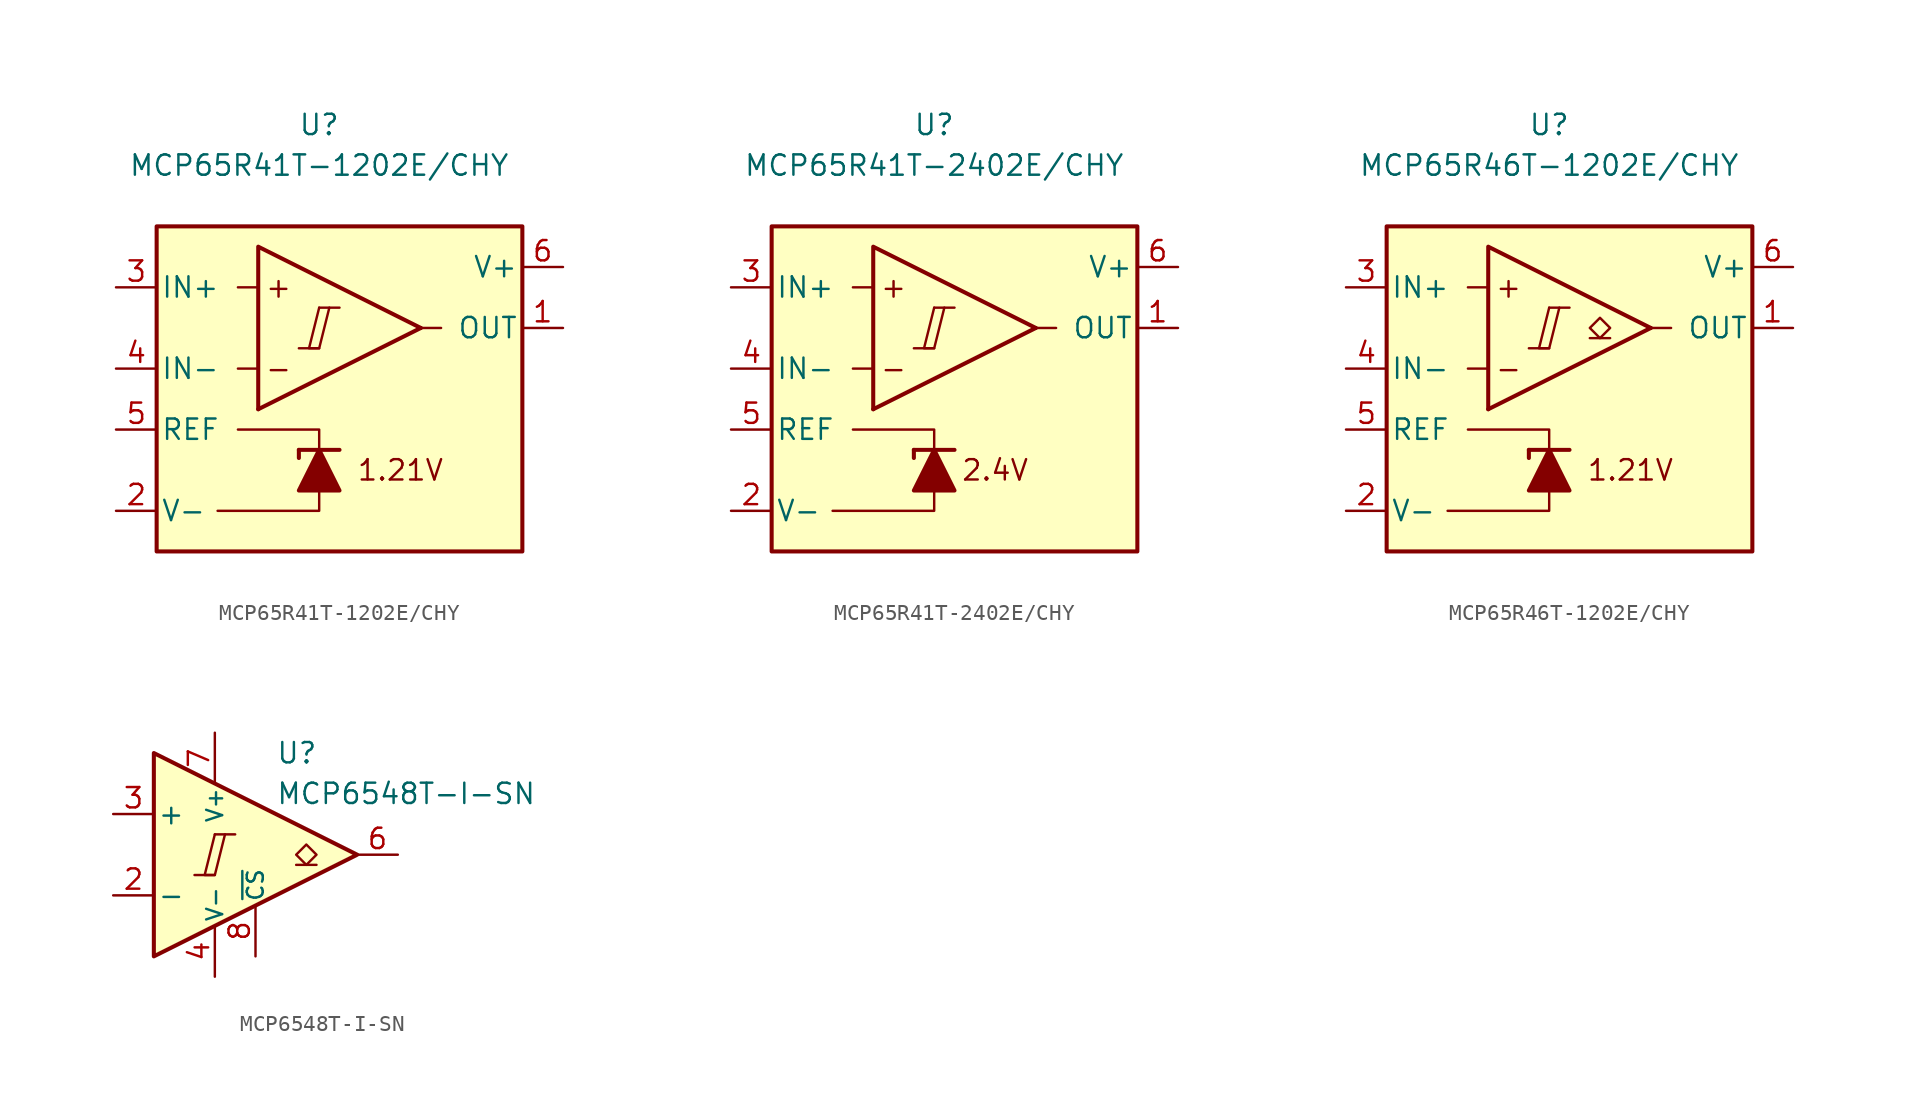
<source format=kicad_sym>
(kicad_symbol_lib
  (version 20231120)
  (generator "kicad_symbol_editor")
  (generator_version "8.0")
  (symbol "MCP65R41T-1202E/CHY"
    (pin_names
      (offset 0.254))
    (property "Reference" "U"
      (at 0 16.51 0)
      (effects (font (size 1.27 1.27))))
    (property "Value" "MCP65R41T-1202E{slash}CHY"
      (at 0 13.97 0)
      (effects (font (size 1.27 1.27))))
    (symbol "MCP65R41T-1202E/CHY_0_0"
      (polyline (pts (xy -1.27 2.54) (xy 0 2.54)) (stroke (width 0.152) (type default)) (fill (type none)))
      (polyline (pts (xy 0 5.08) (xy 1.27 5.08)) (stroke (width 0.152) (type default)) (fill (type none)))
      (polyline (pts (xy 6.35 3.81) (xy -3.81 -1.27)) (stroke (width 0.254) (type default)) (fill (type none)))
      (polyline (pts (xy 6.35 3.81) (xy -3.81 8.89) (xy -3.81 -1.27)) (stroke (width 0.254) (type default)) (fill (type background)))
      (polyline (pts (xy 0 5.08) (xy -0.635 2.54) (xy 0 2.54) (xy 0.635 5.08)) (stroke (width 0.152) (type default)) (fill (type none)))
      (text "+" (at -2.54 6.35 0) (effects (font (size 1.27 1.27))))
      (text "-" (at -2.54 1.27 0) (effects (font (size 1.27 1.27))))
      (text "1.21V" (at 5.08 -5.08 0) (effects (font (size 1.27 1.27)))))
    (symbol "MCP65R41T-1202E/CHY_0_1"
      (rectangle (start -10.16 10.16) (end 12.7 -10.16) (stroke (width 0.254) (type default)) (fill (type background)))
      (polyline (pts (xy -3.81 1.27) (xy -5.08 1.27)) (stroke (width 0) (type default)) (fill (type none)))
      (polyline (pts (xy -3.81 6.35) (xy -5.08 6.35)) (stroke (width 0) (type default)) (fill (type none)))
      (polyline (pts (xy -1.27 -3.81) (xy -1.27 -4.318)) (stroke (width 0.254) (type default)) (fill (type none)))
      (polyline (pts (xy -1.27 -3.81) (xy 1.27 -3.81)) (stroke (width 0.254) (type default)) (fill (type none)))
      (polyline (pts (xy 6.35 3.81) (xy 7.62 3.81)) (stroke (width 0) (type default)) (fill (type none)))
      (polyline (pts (xy 0 -6.35) (xy 0 -7.62) (xy -6.35 -7.62)) (stroke (width 0) (type default)) (fill (type none)))
      (polyline (pts (xy 0 -3.81) (xy 0 -2.54) (xy -5.08 -2.54)) (stroke (width 0) (type default)) (fill (type none)))
      (polyline (pts (xy 1.27 -6.35) (xy -1.27 -6.35) (xy 0 -3.81) (xy 1.27 -6.35)) (stroke (width 0.254) (type default)) (fill (type outline))))
    (symbol "MCP65R41T-1202E/CHY_1_1"
      (pin output line (at 15.24 3.81 180) (length 2.54) (name "OUT" (effects (font (size 1.27 1.27)))) (number "1" (effects (font (size 1.27 1.27)))))
      (pin power_in line (at -12.7 -7.62 0) (length 2.54) (name "V-" (effects (font (size 1.27 1.27)))) (number "2" (effects (font (size 1.27 1.27)))))
      (pin input line (at -12.7 6.35 0) (length 2.54) (name "IN+" (effects (font (size 1.27 1.27)))) (number "3" (effects (font (size 1.27 1.27)))))
      (pin input line (at -12.7 1.27 0) (length 2.54) (name "IN-" (effects (font (size 1.27 1.27)))) (number "4" (effects (font (size 1.27 1.27)))))
      (pin output line (at -12.7 -2.54 0) (length 2.54) (name "REF" (effects (font (size 1.27 1.27)))) (number "5" (effects (font (size 1.27 1.27)))))
      (pin power_in line (at 15.24 7.62 180) (length 2.54) (name "V+" (effects (font (size 1.27 1.27)))) (number "6" (effects (font (size 1.27 1.27)))))))
  (symbol "MCP65R41T-2402E/CHY"
    (pin_names
      (offset 0.254))
    (property "Reference" "U"
      (at 0 16.51 0)
      (effects (font (size 1.27 1.27))))
    (property "Value" "MCP65R41T-2402E{slash}CHY"
      (at 0 13.97 0)
      (effects (font (size 1.27 1.27))))
    (symbol "MCP65R41T-2402E/CHY_0_0"
      (polyline (pts (xy -1.27 2.54) (xy 0 2.54)) (stroke (width 0.152) (type default)) (fill (type none)))
      (polyline (pts (xy 0 5.08) (xy 1.27 5.08)) (stroke (width 0.152) (type default)) (fill (type none)))
      (polyline (pts (xy 6.35 3.81) (xy -3.81 -1.27)) (stroke (width 0.254) (type default)) (fill (type none)))
      (polyline (pts (xy 6.35 3.81) (xy -3.81 8.89) (xy -3.81 -1.27)) (stroke (width 0.254) (type default)) (fill (type background)))
      (polyline (pts (xy 0 5.08) (xy -0.635 2.54) (xy 0 2.54) (xy 0.635 5.08)) (stroke (width 0.152) (type default)) (fill (type none)))
      (text "+" (at -2.54 6.35 0) (effects (font (size 1.27 1.27))))
      (text "-" (at -2.54 1.27 0) (effects (font (size 1.27 1.27))))
      (text "2.4V" (at 3.81 -5.08 0) (effects (font (size 1.27 1.27)))))
    (symbol "MCP65R41T-2402E/CHY_0_1"
      (rectangle (start -10.16 10.16) (end 12.7 -10.16) (stroke (width 0.254) (type default)) (fill (type background)))
      (polyline (pts (xy -3.81 1.27) (xy -5.08 1.27)) (stroke (width 0) (type default)) (fill (type none)))
      (polyline (pts (xy -3.81 6.35) (xy -5.08 6.35)) (stroke (width 0) (type default)) (fill (type none)))
      (polyline (pts (xy -1.27 -3.81) (xy -1.27 -4.318)) (stroke (width 0.254) (type default)) (fill (type none)))
      (polyline (pts (xy -1.27 -3.81) (xy 1.27 -3.81)) (stroke (width 0.254) (type default)) (fill (type none)))
      (polyline (pts (xy 6.35 3.81) (xy 7.62 3.81)) (stroke (width 0) (type default)) (fill (type none)))
      (polyline (pts (xy 0 -6.35) (xy 0 -7.62) (xy -6.35 -7.62)) (stroke (width 0) (type default)) (fill (type none)))
      (polyline (pts (xy 0 -3.81) (xy 0 -2.54) (xy -5.08 -2.54)) (stroke (width 0) (type default)) (fill (type none)))
      (polyline (pts (xy 1.27 -6.35) (xy -1.27 -6.35) (xy 0 -3.81) (xy 1.27 -6.35)) (stroke (width 0.254) (type default)) (fill (type outline))))
    (symbol "MCP65R41T-2402E/CHY_1_1"
      (pin output line (at 15.24 3.81 180) (length 2.54) (name "OUT" (effects (font (size 1.27 1.27)))) (number "1" (effects (font (size 1.27 1.27)))))
      (pin power_in line (at -12.7 -7.62 0) (length 2.54) (name "V-" (effects (font (size 1.27 1.27)))) (number "2" (effects (font (size 1.27 1.27)))))
      (pin input line (at -12.7 6.35 0) (length 2.54) (name "IN+" (effects (font (size 1.27 1.27)))) (number "3" (effects (font (size 1.27 1.27)))))
      (pin input line (at -12.7 1.27 0) (length 2.54) (name "IN-" (effects (font (size 1.27 1.27)))) (number "4" (effects (font (size 1.27 1.27)))))
      (pin output line (at -12.7 -2.54 0) (length 2.54) (name "REF" (effects (font (size 1.27 1.27)))) (number "5" (effects (font (size 1.27 1.27)))))
      (pin power_in line (at 15.24 7.62 180) (length 2.54) (name "V+" (effects (font (size 1.27 1.27)))) (number "6" (effects (font (size 1.27 1.27)))))))
  (symbol "MCP65R46T-1202E/CHY"
    (pin_names
      (offset 0.254))
    (property "Reference" "U"
      (at 0 16.51 0)
      (effects (font (size 1.27 1.27))))
    (property "Value" "MCP65R46T-1202E{slash}CHY"
      (at 0 13.97 0)
      (effects (font (size 1.27 1.27))))
    (symbol "MCP65R46T-1202E/CHY_0_0"
      (polyline (pts (xy -1.27 2.54) (xy 0 2.54)) (stroke (width 0.152) (type default)) (fill (type none)))
      (polyline (pts (xy 0 5.08) (xy 1.27 5.08)) (stroke (width 0.152) (type default)) (fill (type none)))
      (polyline (pts (xy 6.35 3.81) (xy -3.81 -1.27)) (stroke (width 0.254) (type default)) (fill (type none)))
      (polyline (pts (xy 6.35 3.81) (xy -3.81 8.89) (xy -3.81 -1.27)) (stroke (width 0.254) (type default)) (fill (type background)))
      (polyline (pts (xy 0 5.08) (xy -0.635 2.54) (xy 0 2.54) (xy 0.635 5.08)) (stroke (width 0.152) (type default)) (fill (type none)))
      (text "+" (at -2.54 6.35 0) (effects (font (size 1.27 1.27))))
      (text "-" (at -2.54 1.27 0) (effects (font (size 1.27 1.27))))
      (text "1.21V" (at 5.08 -5.08 0) (effects (font (size 1.27 1.27)))))
    (symbol "MCP65R46T-1202E/CHY_0_1"
      (rectangle (start -10.16 10.16) (end 12.7 -10.16) (stroke (width 0.254) (type default)) (fill (type background)))
      (polyline (pts (xy -3.81 1.27) (xy -5.08 1.27)) (stroke (width 0) (type default)) (fill (type none)))
      (polyline (pts (xy -3.81 6.35) (xy -5.08 6.35)) (stroke (width 0) (type default)) (fill (type none)))
      (polyline (pts (xy -1.27 -3.81) (xy -1.27 -4.318)) (stroke (width 0.254) (type default)) (fill (type none)))
      (polyline (pts (xy -1.27 -3.81) (xy 1.27 -3.81)) (stroke (width 0.254) (type default)) (fill (type none)))
      (polyline (pts (xy 6.35 3.81) (xy 7.62 3.81)) (stroke (width 0) (type default)) (fill (type none)))
      (polyline (pts (xy 0 -6.35) (xy 0 -7.62) (xy -6.35 -7.62)) (stroke (width 0) (type default)) (fill (type none)))
      (polyline (pts (xy 0 -3.81) (xy 0 -2.54) (xy -5.08 -2.54)) (stroke (width 0) (type default)) (fill (type none)))
      (polyline (pts (xy 1.27 -6.35) (xy -1.27 -6.35) (xy 0 -3.81) (xy 1.27 -6.35)) (stroke (width 0.254) (type default)) (fill (type outline))))
    (symbol "MCP65R46T-1202E/CHY_1_1"
      (polyline (pts (xy 3.81 3.175) (xy 2.54 3.175)) (stroke (width 0.152) (type default)) (fill (type none)))
      (polyline (pts (xy 3.175 3.175) (xy 2.54 3.81) (xy 3.175 4.445) (xy 3.81 3.81) (xy 3.175 3.175)) (stroke (width 0.152) (type default)) (fill (type none)))
      (pin open_collector line (at 15.24 3.81 180) (length 2.54) (name "OUT" (effects (font (size 1.27 1.27)))) (number "1" (effects (font (size 1.27 1.27)))))
      (pin power_in line (at -12.7 -7.62 0) (length 2.54) (name "V-" (effects (font (size 1.27 1.27)))) (number "2" (effects (font (size 1.27 1.27)))))
      (pin input line (at -12.7 6.35 0) (length 2.54) (name "IN+" (effects (font (size 1.27 1.27)))) (number "3" (effects (font (size 1.27 1.27)))))
      (pin input line (at -12.7 1.27 0) (length 2.54) (name "IN-" (effects (font (size 1.27 1.27)))) (number "4" (effects (font (size 1.27 1.27)))))
      (pin output line (at -12.7 -2.54 0) (length 2.54) (name "REF" (effects (font (size 1.27 1.27)))) (number "5" (effects (font (size 1.27 1.27)))))
      (pin power_in line (at 15.24 7.62 180) (length 2.54) (name "V+" (effects (font (size 1.27 1.27)))) (number "6" (effects (font (size 1.27 1.27)))))))
  (symbol "MCP6548T-I-SN"
    (pin_names
      (offset 0.2))
    (property "Reference" "U"
      (at 1.27 6.35 0)
      (effects (font (size 1.27 1.27)) (justify left)))
    (property "Value" "MCP6548T-I-SN"
      (at 1.27 3.81 0)
      (effects (font (size 1.27 1.27)) (justify left)))
    (symbol "MCP6548T-I-SN_0_0"
      (polyline (pts (xy -3.81 -1.27) (xy -2.54 -1.27)) (stroke (width 0.152) (type default)) (fill (type none)))
      (polyline (pts (xy -2.54 1.27) (xy -1.27 1.27)) (stroke (width 0.152) (type default)) (fill (type none)))
      (polyline (pts (xy -2.54 1.27) (xy -3.175 -1.27) (xy -2.54 -1.27) (xy -1.905 1.27)) (stroke (width 0.152) (type default)) (fill (type none))))
    (symbol "MCP6548T-I-SN_0_1"
      (polyline (pts (xy -6.35 6.35) (xy -6.35 -6.35) (xy 6.35 0) (xy -6.35 6.35)) (stroke (width 0.254) (type default)) (fill (type background))))
    (symbol "MCP6548T-I-SN_1_1"
      (polyline (pts (xy 3.81 -0.635) (xy 2.54 -0.635)) (stroke (width 0.152) (type default)) (fill (type none)))
      (polyline (pts (xy 3.175 -0.635) (xy 2.54 0) (xy 3.175 0.635) (xy 3.81 0) (xy 3.175 -0.635)) (stroke (width 0.152) (type default)) (fill (type none)))
      (pin free line (at -3.81 2.54 270) (length 2.54) hide (name "NC" (effects (font (size 1.27 1.27)))) (number "1" (effects (font (size 1.27 1.27)))))
      (pin input line (at -8.89 -2.54 0) (length 2.54) (name "-" (effects (font (size 1.27 1.27)))) (number "2" (effects (font (size 1.27 1.27)))))
      (pin input line (at -8.89 2.54 0) (length 2.54) (name "+" (effects (font (size 1.27 1.27)))) (number "3" (effects (font (size 1.27 1.27)))))
      (pin power_in line (at -2.54 -7.62 90) (length 3.18) (name "V-" (effects (font (size 1 1)))) (number "4" (effects (font (size 1.27 1.27)))))
      (pin free line (at -3.81 -2.54 90) (length 2.54) hide (name "NC" (effects (font (size 1.27 1.27)))) (number "5" (effects (font (size 1.27 1.27)))))
      (pin open_collector line (at 8.89 0 180) (length 2.54) (name "~" (effects (font (size 1.27 1.27)))) (number "6" (effects (font (size 1.27 1.27)))))
      (pin power_in line (at -2.54 7.62 270) (length 3.18) (name "V+" (effects (font (size 1 1)))) (number "7" (effects (font (size 1.27 1.27)))))
      (pin input line (at 0 -6.35 90) (length 3.18) (name "~{CS}" (effects (font (size 1 1)))) (number "8" (effects (font (size 1.27 1.27))))))))
</source>
